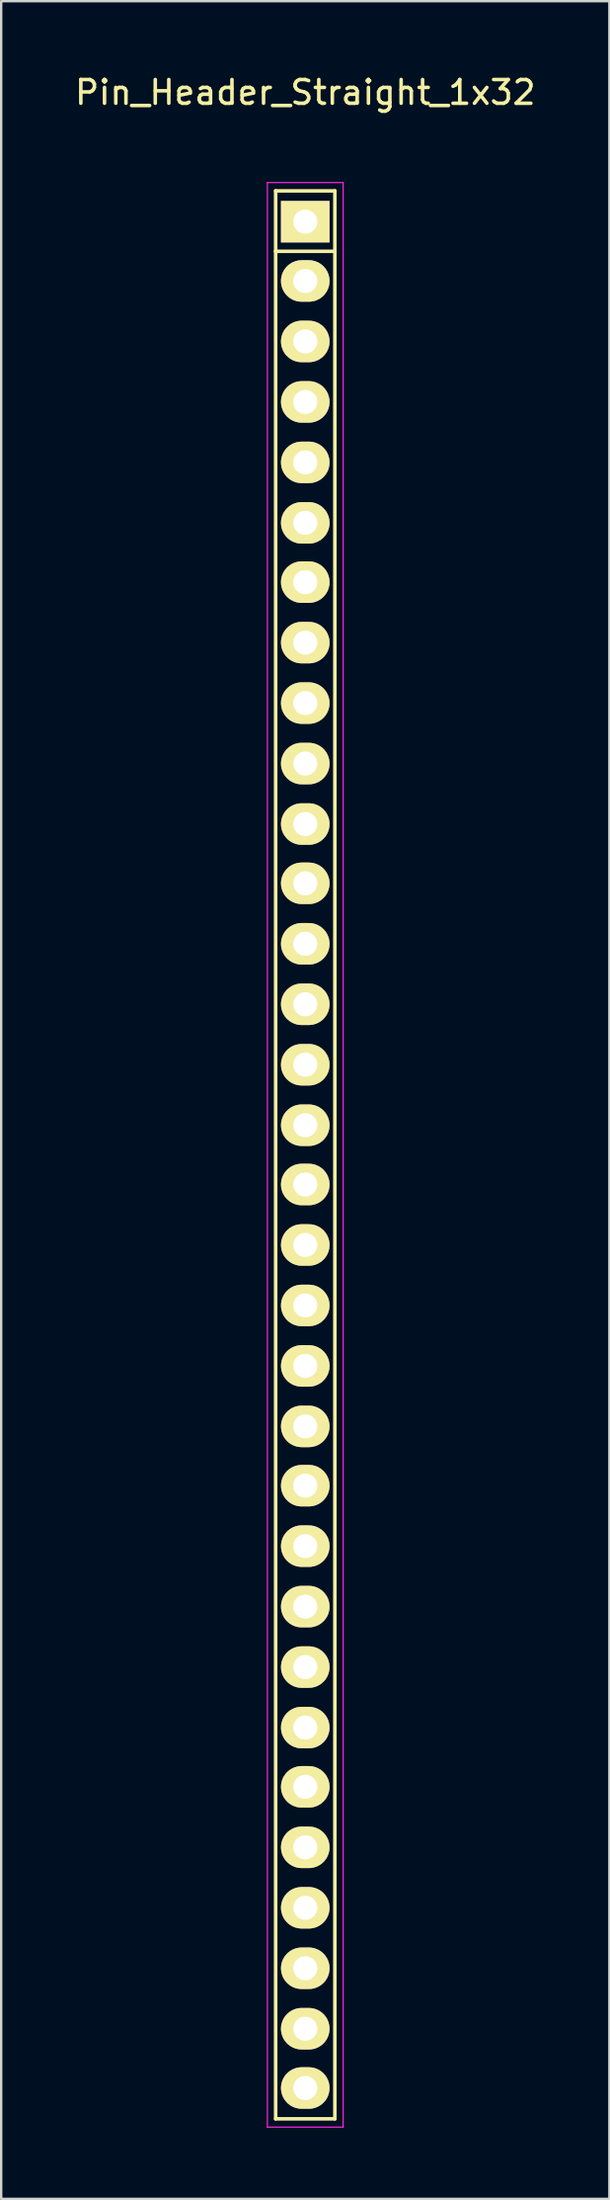
<source format=kicad_pcb>
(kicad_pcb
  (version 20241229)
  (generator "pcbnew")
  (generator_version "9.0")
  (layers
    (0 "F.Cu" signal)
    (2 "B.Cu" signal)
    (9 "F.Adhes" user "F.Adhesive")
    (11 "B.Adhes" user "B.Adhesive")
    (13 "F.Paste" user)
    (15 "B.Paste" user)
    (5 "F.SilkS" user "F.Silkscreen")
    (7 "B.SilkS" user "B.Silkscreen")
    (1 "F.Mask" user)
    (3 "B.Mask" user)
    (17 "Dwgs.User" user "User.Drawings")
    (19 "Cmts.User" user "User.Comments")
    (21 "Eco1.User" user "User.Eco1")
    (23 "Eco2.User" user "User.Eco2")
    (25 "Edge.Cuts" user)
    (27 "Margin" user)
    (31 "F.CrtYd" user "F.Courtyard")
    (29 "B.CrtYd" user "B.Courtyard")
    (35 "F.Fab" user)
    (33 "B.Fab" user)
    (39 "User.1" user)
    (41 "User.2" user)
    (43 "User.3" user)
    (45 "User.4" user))
  (footprint "Pin_Header_Straight_1x32"
    (layer "F.Cu")
    (at 9.839 6.298)
    (property "Reference" "Pin_Header_Straight_1x32" (at 0 -5.45 0) (layer "F.SilkS") (effects (font (size 1 1) (thickness 0.15))))
    (attr through_hole)
    (fp_line (start -1.25 -1.3) (end -1.25 1.25) (stroke (width 0.15) (type solid)) (layer "F.SilkS"))
    (fp_line (start -1.25 1.25) (end -1.25 80) (stroke (width 0.15) (type solid)) (layer "F.SilkS"))
    (fp_line (start -1.25 80) (end 1.25 80) (stroke (width 0.15) (type solid)) (layer "F.SilkS"))
    (fp_line (start 1.25 -1.3) (end -1.25 -1.3) (stroke (width 0.15) (type solid)) (layer "F.SilkS"))
    (fp_line (start 1.25 -1.3) (end 1.25 1.25) (stroke (width 0.15) (type solid)) (layer "F.SilkS"))
    (fp_line (start 1.25 1.25) (end -1.25 1.25) (stroke (width 0.15) (type solid)) (layer "F.SilkS"))
    (fp_line (start 1.25 80) (end 1.25 1.25) (stroke (width 0.15) (type solid)) (layer "F.SilkS"))
    (fp_line (start -1.6 -1.65) (end -1.6 80.35) (stroke (width 0.05) (type solid)) (layer "F.CrtYd"))
    (fp_line (start -1.6 -1.65) (end 1.6 -1.65) (stroke (width 0.05) (type solid)) (layer "F.CrtYd"))
    (fp_line (start -1.6 80.35) (end 1.6 80.35) (stroke (width 0.05) (type solid)) (layer "F.CrtYd"))
    (fp_line (start 1.6 -1.65) (end 1.6 80.35) (stroke (width 0.05) (type solid)) (layer "F.CrtYd"))
    (pad "1" thru_hole rect (at 0 0) (size 2.05 1.75) (drill 1.016) (layers "*.Cu" "*.Mask" "F.SilkS"))
    (pad "2" thru_hole oval (at 0 2.5) (size 2.05 1.75) (drill 1.016) (layers "*.Cu" "*.Mask" "F.SilkS"))
    (pad "3" thru_hole oval (at 0 5.05) (size 2.05 1.75) (drill 1.016) (layers "*.Cu" "*.Mask" "F.SilkS"))
    (pad "4" thru_hole oval (at 0 7.6) (size 2.05 1.75) (drill 1.016) (layers "*.Cu" "*.Mask" "F.SilkS"))
    (pad "5" thru_hole oval (at 0 10.15) (size 2.05 1.75) (drill 1.016) (layers "*.Cu" "*.Mask" "F.SilkS"))
    (pad "6" thru_hole oval (at 0 12.7) (size 2.05 1.75) (drill 1.016) (layers "*.Cu" "*.Mask" "F.SilkS"))
    (pad "7" thru_hole oval (at 0 15.2) (size 2.05 1.75) (drill 1.016) (layers "*.Cu" "*.Mask" "F.SilkS"))
    (pad "8" thru_hole oval (at 0 17.75) (size 2.05 1.75) (drill 1.016) (layers "*.Cu" "*.Mask" "F.SilkS"))
    (pad "9" thru_hole oval (at 0 20.3) (size 2.05 1.75) (drill 1.016) (layers "*.Cu" "*.Mask" "F.SilkS"))
    (pad "10" thru_hole oval (at 0 22.85) (size 2.05 1.75) (drill 1.016) (layers "*.Cu" "*.Mask" "F.SilkS"))
    (pad "11" thru_hole oval (at 0 25.4) (size 2.05 1.75) (drill 1.016) (layers "*.Cu" "*.Mask" "F.SilkS"))
    (pad "12" thru_hole oval (at 0 27.9) (size 2.05 1.75) (drill 1.016) (layers "*.Cu" "*.Mask" "F.SilkS"))
    (pad "13" thru_hole oval (at 0 30.45) (size 2.05 1.75) (drill 1.016) (layers "*.Cu" "*.Mask" "F.SilkS"))
    (pad "14" thru_hole oval (at 0 33) (size 2.05 1.75) (drill 1.016) (layers "*.Cu" "*.Mask" "F.SilkS"))
    (pad "15" thru_hole oval (at 0 35.55) (size 2.05 1.75) (drill 1.016) (layers "*.Cu" "*.Mask" "F.SilkS"))
    (pad "16" thru_hole oval (at 0 38.1) (size 2.05 1.75) (drill 1.016) (layers "*.Cu" "*.Mask" "F.SilkS"))
    (pad "17" thru_hole oval (at 0 40.6) (size 2.05 1.75) (drill 1.016) (layers "*.Cu" "*.Mask" "F.SilkS"))
    (pad "18" thru_hole oval (at 0 43.15) (size 2.05 1.75) (drill 1.016) (layers "*.Cu" "*.Mask" "F.SilkS"))
    (pad "19" thru_hole oval (at 0 45.7) (size 2.05 1.75) (drill 1.016) (layers "*.Cu" "*.Mask" "F.SilkS"))
    (pad "20" thru_hole oval (at 0 48.25) (size 2.05 1.75) (drill 1.016) (layers "*.Cu" "*.Mask" "F.SilkS"))
    (pad "21" thru_hole oval (at 0 50.8) (size 2.05 1.75) (drill 1.016) (layers "*.Cu" "*.Mask" "F.SilkS"))
    (pad "22" thru_hole oval (at 0 53.3) (size 2.05 1.75) (drill 1.016) (layers "*.Cu" "*.Mask" "F.SilkS"))
    (pad "23" thru_hole oval (at 0 55.85) (size 2.05 1.75) (drill 1.016) (layers "*.Cu" "*.Mask" "F.SilkS"))
    (pad "24" thru_hole oval (at 0 58.4) (size 2.05 1.75) (drill 1.016) (layers "*.Cu" "*.Mask" "F.SilkS"))
    (pad "25" thru_hole oval (at 0 60.95) (size 2.05 1.75) (drill 1.016) (layers "*.Cu" "*.Mask" "F.SilkS"))
    (pad "26" thru_hole oval (at 0 63.5) (size 2.05 1.75) (drill 1.016) (layers "*.Cu" "*.Mask" "F.SilkS"))
    (pad "27" thru_hole oval (at 0 66) (size 2.05 1.75) (drill 1.016) (layers "*.Cu" "*.Mask" "F.SilkS"))
    (pad "28" thru_hole oval (at 0 68.55) (size 2.05 1.75) (drill 1.016) (layers "*.Cu" "*.Mask" "F.SilkS"))
    (pad "29" thru_hole oval (at 0 71.1) (size 2.05 1.75) (drill 1.016) (layers "*.Cu" "*.Mask" "F.SilkS"))
    (pad "30" thru_hole oval (at 0 73.65) (size 2.05 1.75) (drill 1.016) (layers "*.Cu" "*.Mask" "F.SilkS"))
    (pad "31" thru_hole oval (at 0 76.2) (size 2.05 1.75) (drill 1.016) (layers "*.Cu" "*.Mask" "F.SilkS"))
    (pad "32" thru_hole oval (at 0 78.7) (size 2.05 1.75) (drill 1.016) (layers "*.Cu" "*.Mask" "F.SilkS")))
  (gr_rect
    (start -3 -3)
    (end 22.679 89.673)
    (stroke (width 0.1) (type default))
    (fill no)
    (layer "Edge.Cuts")))
</source>
